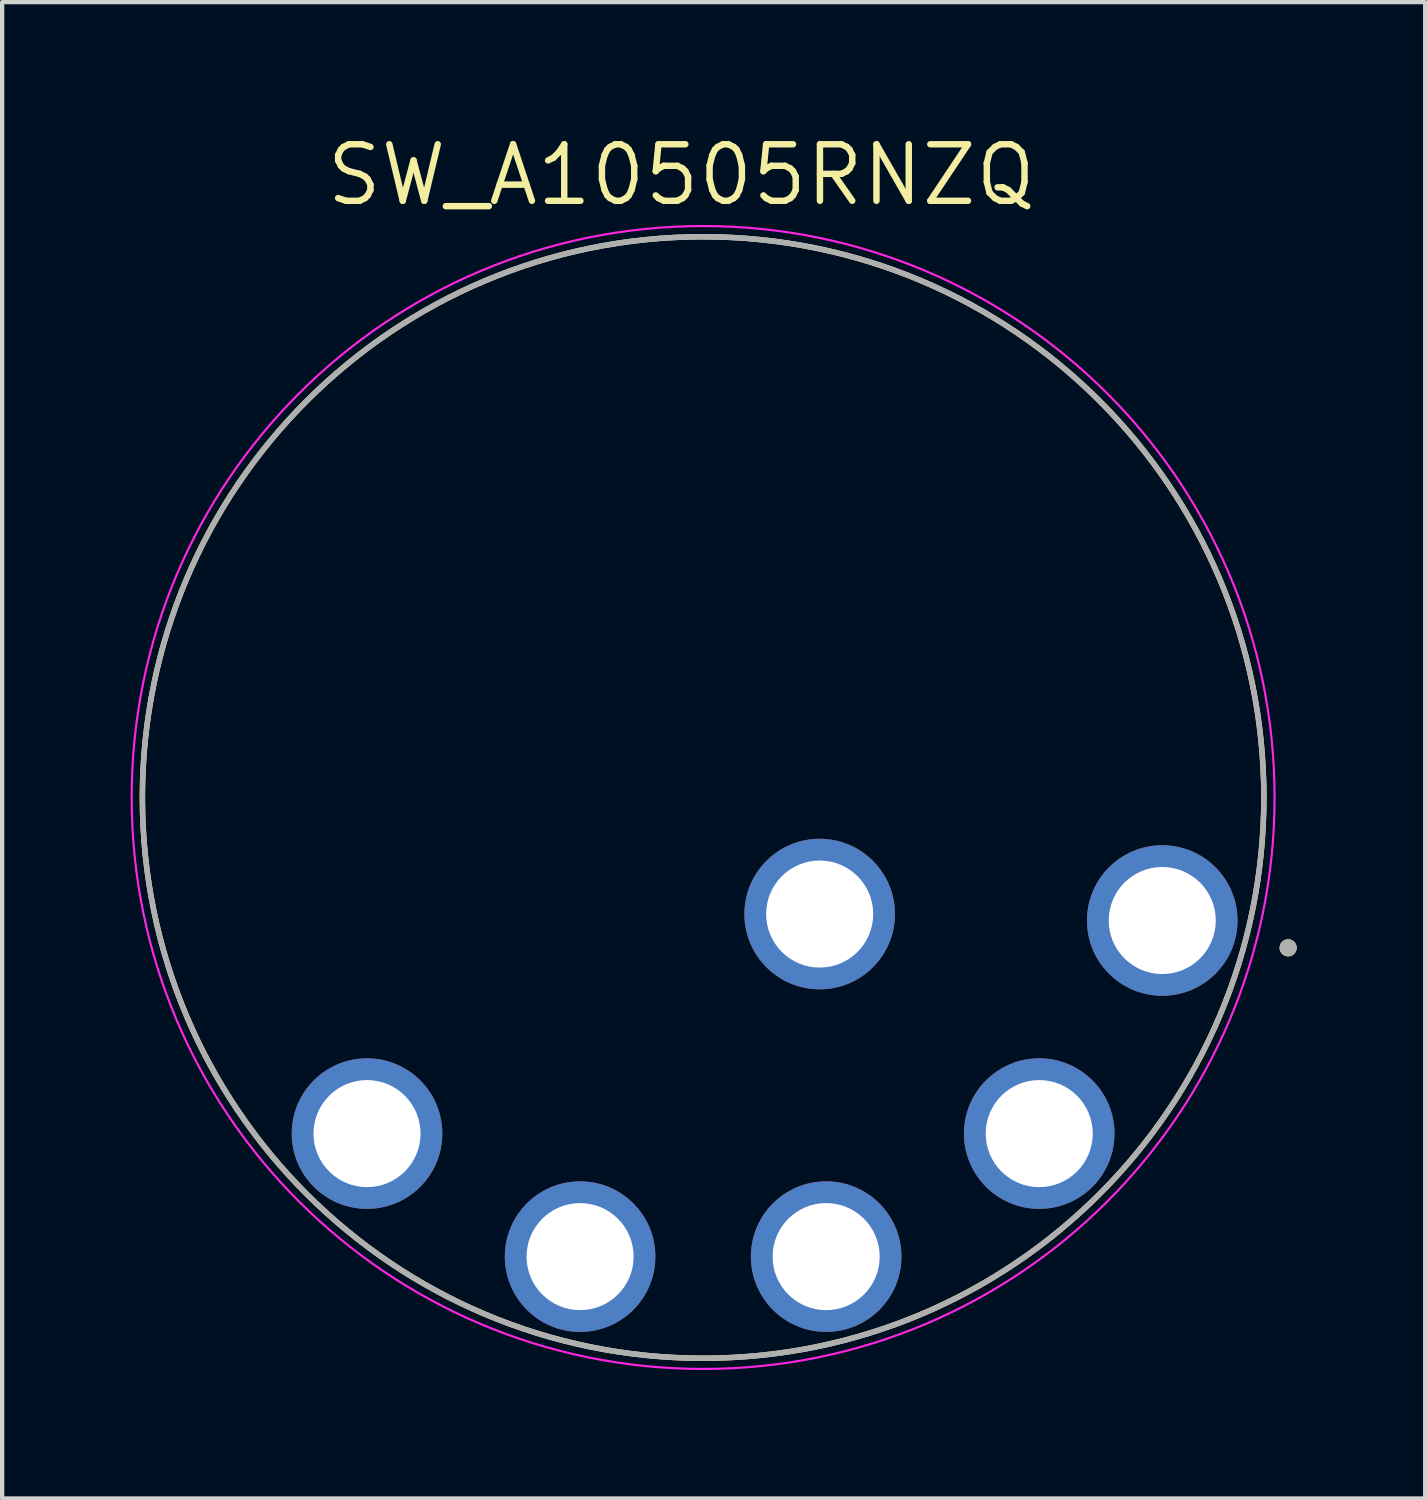
<source format=kicad_pcb>
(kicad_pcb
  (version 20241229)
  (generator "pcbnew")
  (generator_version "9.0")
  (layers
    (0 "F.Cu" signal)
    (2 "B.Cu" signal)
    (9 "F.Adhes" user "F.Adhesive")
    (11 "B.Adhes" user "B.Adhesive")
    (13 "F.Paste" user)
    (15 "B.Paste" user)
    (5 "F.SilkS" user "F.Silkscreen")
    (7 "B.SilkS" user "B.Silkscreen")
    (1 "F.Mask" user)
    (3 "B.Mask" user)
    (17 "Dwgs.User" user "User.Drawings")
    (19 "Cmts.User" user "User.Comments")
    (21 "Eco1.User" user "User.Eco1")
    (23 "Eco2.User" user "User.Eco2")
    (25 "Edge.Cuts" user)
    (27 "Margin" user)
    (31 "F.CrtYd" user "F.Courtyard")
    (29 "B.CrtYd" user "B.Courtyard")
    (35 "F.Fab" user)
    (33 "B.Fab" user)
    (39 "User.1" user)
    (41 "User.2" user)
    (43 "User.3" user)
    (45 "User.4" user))
  (footprint "SW_A10505RNZQ"
    (layer "F.Cu")
    (at 13.37 15.574)
    (property "Reference" "SW_A10505RNZQ" (at -0.509 -14.538 0) (layer "F.SilkS") (effects (font (size 1.32 1.32) (thickness 0.15))))
    (attr through_hole)
    (fp_circle (center 0 0) (end 13.095 0) (stroke (width 0.127) (type solid)) (fill no) (layer "F.SilkS"))
    (fp_circle (center 13.662 3.511) (end 13.762 3.511) (stroke (width 0.2) (type solid)) (fill no) (layer "F.SilkS"))
    (fp_circle (center 0 0) (end 13.345 0) (stroke (width 0.05) (type solid)) (fill no) (layer "F.CrtYd"))
    (fp_circle (center 0 0) (end 13.095 0) (stroke (width 0.127) (type solid)) (fill no) (layer "F.Fab"))
    (fp_circle (center 13.662 3.511) (end 13.762 3.511) (stroke (width 0.2) (type solid)) (fill no) (layer "F.Fab"))
    (pad "1" thru_hole circle (at 10.722 2.873) (size 3.516 3.516) (drill 2.5) (layers "*.Cu" "*.Mask"))
    (pad "2" thru_hole circle (at 7.849 7.849) (size 3.516 3.516) (drill 2.5) (layers "*.Cu" "*.Mask"))
    (pad "3" thru_hole circle (at 2.873 10.722) (size 3.516 3.516) (drill 2.5) (layers "*.Cu" "*.Mask"))
    (pad "4" thru_hole circle (at -2.873 10.722) (size 3.516 3.516) (drill 2.5) (layers "*.Cu" "*.Mask"))
    (pad "5" thru_hole circle (at -7.849 7.849) (size 3.516 3.516) (drill 2.5) (layers "*.Cu" "*.Mask"))
    (pad "A" thru_hole circle (at 2.722 2.722) (size 3.516 3.516) (drill 2.5) (layers "*.Cu" "*.Mask")))
  (gr_rect
    (start -3 -3)
    (end 30.232 31.944)
    (stroke (width 0.1) (type default))
    (fill no)
    (layer "Edge.Cuts")))
</source>
